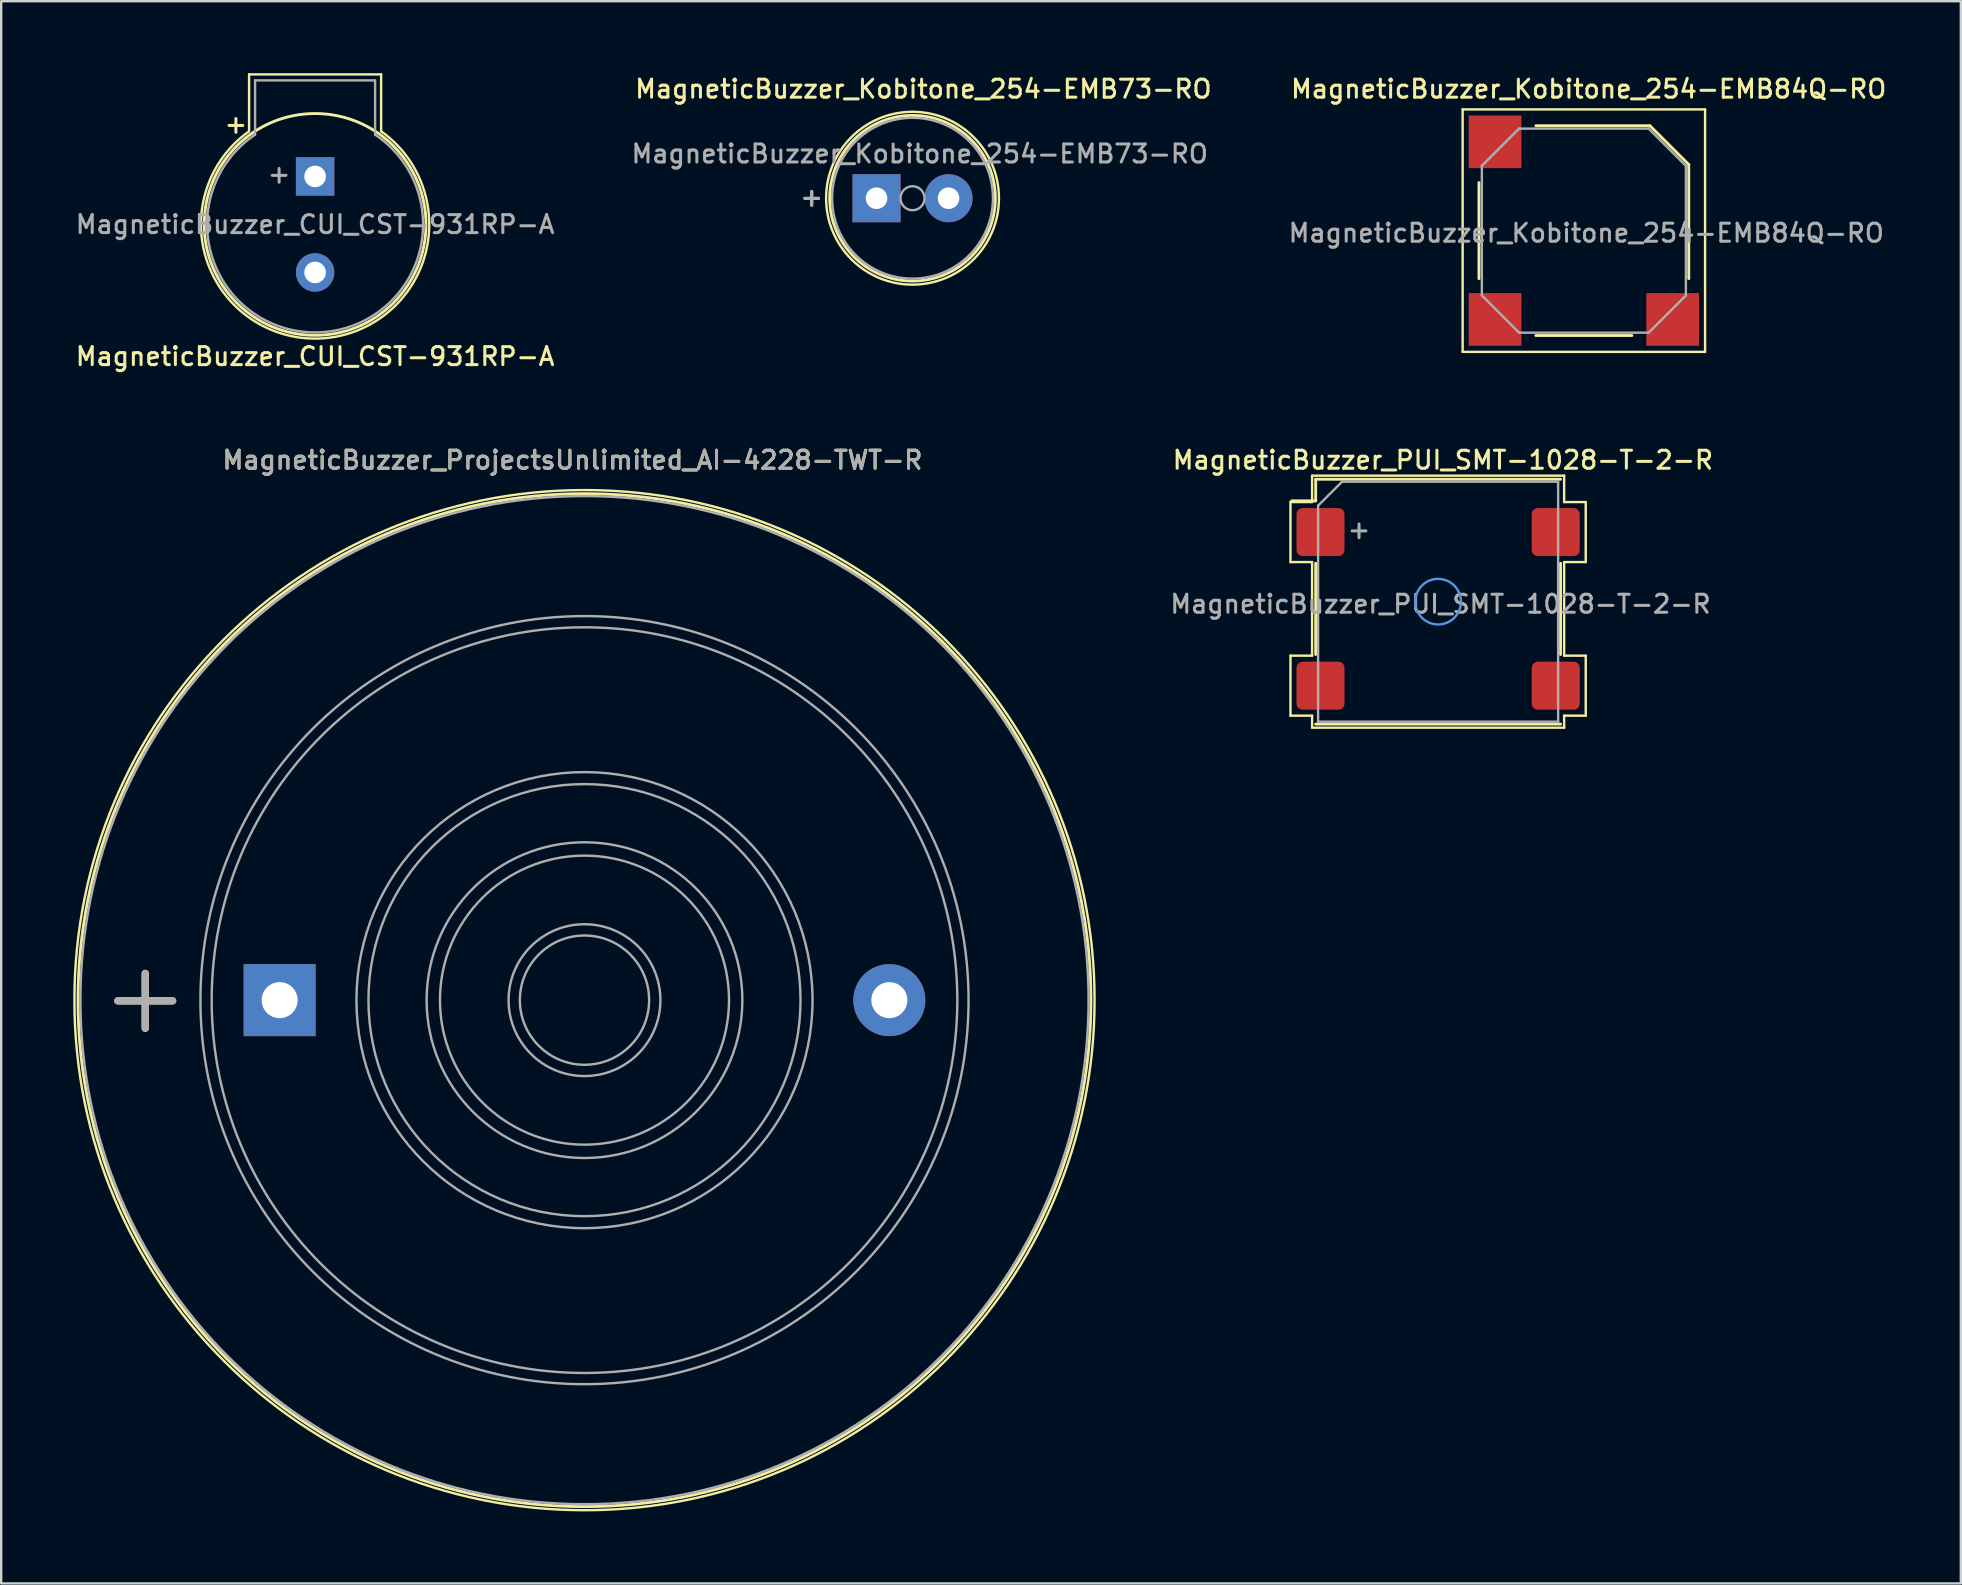
<source format=kicad_pcb>
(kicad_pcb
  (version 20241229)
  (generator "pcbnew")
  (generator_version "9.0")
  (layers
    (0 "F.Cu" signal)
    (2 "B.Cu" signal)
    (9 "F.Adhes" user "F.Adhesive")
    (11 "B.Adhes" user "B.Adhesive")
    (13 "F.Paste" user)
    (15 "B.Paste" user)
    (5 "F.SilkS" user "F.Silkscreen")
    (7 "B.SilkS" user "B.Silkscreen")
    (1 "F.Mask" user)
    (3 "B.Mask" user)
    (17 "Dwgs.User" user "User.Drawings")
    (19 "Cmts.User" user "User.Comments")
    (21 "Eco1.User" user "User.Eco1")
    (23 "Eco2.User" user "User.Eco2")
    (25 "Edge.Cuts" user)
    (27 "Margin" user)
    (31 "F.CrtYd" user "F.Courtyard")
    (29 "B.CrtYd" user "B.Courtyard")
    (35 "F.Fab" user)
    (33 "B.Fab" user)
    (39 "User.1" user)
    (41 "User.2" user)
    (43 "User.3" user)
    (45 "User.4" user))
  (footprint "MagneticBuzzer_ProjectsUnlimited_AI-4228-TWT-R"
    (layer "F.Cu")
    (at 8.6 38.616)
    (property "Reference" "MagneticBuzzer_ProjectsUnlimited_AI-4228-TWT-R" (at 12.2 -22.5 0) (layer "F.SilkS") (effects (font (size 0.75 0.75) (thickness 0.125))))
    (attr through_hole)
    (fp_circle (center 12.7 0) (end 33.8 0) (stroke (width 0.12) (type solid)) (fill no) (layer "F.SilkS"))
    (fp_circle (center 12.7 0) (end 33.95 0) (stroke (width 0.1) (type solid)) (fill no) (layer "F.SilkS"))
    (fp_circle (center 12.7 0) (end 15.2 1) (stroke (width 0.1) (type solid)) (fill no) (layer "F.Fab"))
    (fp_circle (center 12.7 0) (end 15.7 1) (stroke (width 0.1) (type solid)) (fill no) (layer "F.Fab"))
    (fp_circle (center 12.7 0) (end 18.7 0.5) (stroke (width 0.1) (type solid)) (fill no) (layer "F.Fab"))
    (fp_circle (center 12.7 0) (end 19.2 1) (stroke (width 0.1) (type solid)) (fill no) (layer "F.Fab"))
    (fp_circle (center 12.7 0) (end 21.7 0) (stroke (width 0.1) (type solid)) (fill no) (layer "F.Fab"))
    (fp_circle (center 12.7 0) (end 22.2 0) (stroke (width 0.1) (type solid)) (fill no) (layer "F.Fab"))
    (fp_circle (center 12.7 0) (end 28.2 1) (stroke (width 0.1) (type solid)) (fill no) (layer "F.Fab"))
    (fp_circle (center 12.7 0) (end 28.7 0) (stroke (width 0.1) (type solid)) (fill no) (layer "F.Fab"))
    (fp_circle (center 12.7 0) (end 33.7 0) (stroke (width 0.1) (type solid)) (fill no) (layer "F.Fab"))
    (fp_text user "+" (at -5.6 -0.2 0) (layer "F.SilkS") (effects (font (size 3 3) (thickness 0.3))))
    (fp_text user "+" (at -5.6 -0.2 0) (layer "F.Fab") (effects (font (size 3 3) (thickness 0.3))))
    (fp_text user "${REFERENCE}" (at 12.2 -22.5 0) (layer "F.Fab") (effects (font (size 0.75 0.75) (thickness 0.125))))
    (pad "1" thru_hole rect (at 0 0) (size 3 3) (drill 1.5) (layers "*.Cu" "*.Mask"))
    (pad "2" thru_hole circle (at 25.4 0) (size 3 3) (drill 1.5) (layers "*.Cu" "*.Mask")))
  (footprint "MagneticBuzzer_PUI_SMT-1028-T-2-R"
    (layer "F.Cu")
    (at 56.862 22.016)
    (property "Reference" "MagneticBuzzer_PUI_SMT-1028-T-2-R" (at 0.2 -5.9 0) (layer "F.SilkS") (effects (font (size 0.75 0.75) (thickness 0.125))))
    (attr smd)
    (fp_line (start -6.15 -4.15) (end -6.15 -1.65) (stroke (width 0.1) (type solid)) (layer "F.SilkS"))
    (fp_line (start -6.15 -4.15) (end -5.25 -4.15) (stroke (width 0.1) (type default)) (layer "F.SilkS"))
    (fp_line (start -6.15 -1.65) (end -5.25 -1.65) (stroke (width 0.1) (type default)) (layer "F.SilkS"))
    (fp_line (start -6.15 2.25) (end -5.25 2.25) (stroke (width 0.1) (type default)) (layer "F.SilkS"))
    (fp_line (start -6.15 4.75) (end -6.15 2.25) (stroke (width 0.1) (type solid)) (layer "F.SilkS"))
    (fp_line (start -6.15 4.75) (end -5.25 4.75) (stroke (width 0.1) (type default)) (layer "F.SilkS"))
    (fp_line (start -5.25 -5.25) (end 5.25 -5.25) (stroke (width 0.1) (type solid)) (layer "F.SilkS"))
    (fp_line (start -5.25 -4.15) (end -5.25 -5.25) (stroke (width 0.1) (type default)) (layer "F.SilkS"))
    (fp_line (start -5.25 -1.65) (end -5.25 2.25) (stroke (width 0.1) (type default)) (layer "F.SilkS"))
    (fp_line (start -5.25 4.75) (end -5.25 5.25) (stroke (width 0.1) (type default)) (layer "F.SilkS"))
    (fp_line (start -5.1 -5.1) (end -5.1 -4.2) (stroke (width 0.12) (type default)) (layer "F.SilkS"))
    (fp_line (start -5.1 -4.2) (end -6.1 -4.2) (stroke (width 0.12) (type default)) (layer "F.SilkS"))
    (fp_line (start -5.1 -1.6) (end -5.1 2.2) (stroke (width 0.12) (type solid)) (layer "F.SilkS"))
    (fp_line (start -5.1 5.1) (end 5.1 5.1) (stroke (width 0.12) (type solid)) (layer "F.SilkS"))
    (fp_line (start 5.1 -5.1) (end -5.1 -5.1) (stroke (width 0.12) (type solid)) (layer "F.SilkS"))
    (fp_line (start 5.1 2.2) (end 5.1 -1.6) (stroke (width 0.12) (type solid)) (layer "F.SilkS"))
    (fp_line (start 5.25 -4.15) (end 5.25 -5.25) (stroke (width 0.1) (type default)) (layer "F.SilkS"))
    (fp_line (start 5.25 2.25) (end 5.25 -1.65) (stroke (width 0.1) (type default)) (layer "F.SilkS"))
    (fp_line (start 5.25 4.75) (end 5.25 5.25) (stroke (width 0.1) (type default)) (layer "F.SilkS"))
    (fp_line (start 5.25 5.25) (end -5.25 5.25) (stroke (width 0.1) (type solid)) (layer "F.SilkS"))
    (fp_line (start 6.15 -4.15) (end 5.25 -4.15) (stroke (width 0.1) (type default)) (layer "F.SilkS"))
    (fp_line (start 6.15 -4.15) (end 6.15 -1.65) (stroke (width 0.1) (type solid)) (layer "F.SilkS"))
    (fp_line (start 6.15 -1.65) (end 5.25 -1.65) (stroke (width 0.1) (type default)) (layer "F.SilkS"))
    (fp_line (start 6.15 2.25) (end 5.25 2.25) (stroke (width 0.1) (type default)) (layer "F.SilkS"))
    (fp_line (start 6.15 4.75) (end 5.25 4.75) (stroke (width 0.1) (type default)) (layer "F.SilkS"))
    (fp_line (start 6.15 4.75) (end 6.15 2.25) (stroke (width 0.1) (type solid)) (layer "F.SilkS"))
    (fp_circle (center 0 0) (end 0.95 0) (stroke (width 0.1) (type default)) (fill no) (layer "Cmts.User"))
    (fp_line (start -5 5) (end -5 -4) (stroke (width 0.1) (type solid)) (layer "F.Fab"))
    (fp_line (start -4 -5) (end -5 -4) (stroke (width 0.1) (type default)) (layer "F.Fab"))
    (fp_line (start -4 -5) (end 5 -5) (stroke (width 0.1) (type solid)) (layer "F.Fab"))
    (fp_line (start 5 -5) (end 5 5) (stroke (width 0.1) (type solid)) (layer "F.Fab"))
    (fp_line (start 5 5) (end -5 5) (stroke (width 0.1) (type solid)) (layer "F.Fab"))
    (fp_text user "+" (at -3.35 -2.95 270) (layer "F.Fab") (effects (font (size 0.75 0.75) (thickness 0.125))))
    (fp_text user "${REFERENCE}" (at 0.1 0.1 0) (layer "F.Fab") (effects (font (size 0.75 0.75) (thickness 0.125))))
    (pad "1" smd roundrect (at -4.9 -2.9 270) (size 2 2) (layers "F.Cu" "F.Mask" "F.Paste") (roundrect_rratio 0.125))
    (pad "2" smd roundrect (at 4.9 -2.9 270) (size 2 2) (layers "F.Cu" "F.Mask" "F.Paste") (roundrect_rratio 0.125))
    (pad "MP" smd roundrect (at -4.9 3.5 270) (size 2 2) (layers "F.Cu" "F.Mask" "F.Paste") (roundrect_rratio 0.125))
    (pad "MP" smd roundrect (at 4.9 3.5 270) (size 2 2) (layers "F.Cu" "F.Mask" "F.Paste") (roundrect_rratio 0.125)))
  (footprint "MagneticBuzzer_Kobitone_254-EMB84Q-RO"
    (layer "F.Cu")
    (at 62.934 6.558)
    (property "Reference" "MagneticBuzzer_Kobitone_254-EMB84Q-RO" (at 0.2 -5.9 0) (layer "F.SilkS") (effects (font (size 0.75 0.75) (thickness 0.125))))
    (attr smd)
    (fp_line (start -5.05 -5.05) (end 5.05 -5.05) (stroke (width 0.1) (type solid)) (layer "F.SilkS"))
    (fp_line (start -5.05 5.05) (end -5.05 -5.05) (stroke (width 0.1) (type solid)) (layer "F.SilkS"))
    (fp_line (start -4.37 -2) (end -4.37 2) (stroke (width 0.12) (type solid)) (layer "F.SilkS"))
    (fp_line (start -2 4.37) (end 2 4.37) (stroke (width 0.12) (type solid)) (layer "F.SilkS"))
    (fp_line (start 2.75 -4.37) (end -2 -4.37) (stroke (width 0.12) (type solid)) (layer "F.SilkS"))
    (fp_line (start 2.75 -4.37) (end 4.37 -2.75) (stroke (width 0.12) (type solid)) (layer "F.SilkS"))
    (fp_line (start 4.37 2) (end 4.37 -2.75) (stroke (width 0.12) (type solid)) (layer "F.SilkS"))
    (fp_line (start 5.05 -5.05) (end 5.05 5.05) (stroke (width 0.1) (type solid)) (layer "F.SilkS"))
    (fp_line (start 5.05 5.05) (end -5.05 5.05) (stroke (width 0.1) (type solid)) (layer "F.SilkS"))
    (fp_line (start -4.25 -2.7) (end -2.7 -4.25) (stroke (width 0.1) (type solid)) (layer "F.Fab"))
    (fp_line (start -4.25 2.7) (end -4.25 -2.7) (stroke (width 0.1) (type solid)) (layer "F.Fab"))
    (fp_line (start -2.7 -4.25) (end 2.7 -4.25) (stroke (width 0.1) (type solid)) (layer "F.Fab"))
    (fp_line (start -2.7 4.25) (end -4.25 2.7) (stroke (width 0.1) (type solid)) (layer "F.Fab"))
    (fp_line (start 2.7 -4.25) (end 4.25 -2.7) (stroke (width 0.1) (type solid)) (layer "F.Fab"))
    (fp_line (start 2.7 4.25) (end -2.7 4.25) (stroke (width 0.1) (type solid)) (layer "F.Fab"))
    (fp_line (start 4.25 -2.7) (end 4.25 2.7) (stroke (width 0.1) (type solid)) (layer "F.Fab"))
    (fp_line (start 4.25 2.7) (end 2.7 4.25) (stroke (width 0.1) (type solid)) (layer "F.Fab"))
    (fp_text user "${REFERENCE}" (at 0.1 0.1 0) (layer "F.Fab") (effects (font (size 0.75 0.75) (thickness 0.125))))
    (pad "1" smd rect (at -3.7 -3.7 270) (size 2.195 2.195) (layers "F.Cu" "F.Mask" "F.Paste"))
    (pad "2" smd rect (at -3.7 3.7 270) (size 2.195 2.195) (layers "F.Cu" "F.Mask" "F.Paste"))
    (pad "3" smd rect (at 3.7 3.7 270) (size 2.195 2.195) (layers "F.Cu" "F.Mask" "F.Paste")))
  (footprint "MagneticBuzzer_Kobitone_254-EMB73-RO"
    (layer "F.Cu")
    (at 33.466 5.208)
    (property "Reference" "MagneticBuzzer_Kobitone_254-EMB73-RO" (at 1.95 -4.55 0) (layer "F.SilkS") (effects (font (size 0.75 0.75) (thickness 0.125))))
    (attr through_hole)
    (fp_circle (center 1.5 0) (end 4.95 0) (stroke (width 0.12) (type solid)) (fill no) (layer "F.SilkS"))
    (fp_circle (center 1.5 0) (end 5.1 0) (stroke (width 0.1) (type solid)) (fill no) (layer "F.SilkS"))
    (fp_circle (center 1.5 0) (end 2 0) (stroke (width 0.1) (type solid)) (fill no) (layer "F.Fab"))
    (fp_circle (center 1.5 0) (end 4.85 0) (stroke (width 0.1) (type solid)) (fill no) (layer "F.Fab"))
    (fp_text user "+" (at -2.7 -0.05 0) (layer "F.SilkS") (effects (font (size 0.75 0.75) (thickness 0.125))))
    (fp_text user "+" (at -2.7 -0.05 0) (layer "F.Fab") (effects (font (size 0.75 0.75) (thickness 0.125))))
    (fp_text user "${REFERENCE}" (at 1.8 -1.85 0) (layer "F.Fab") (effects (font (size 0.75 0.75) (thickness 0.125))))
    (pad "1" thru_hole rect (at 0 0) (size 2 2) (drill 0.9) (layers "*.Cu" "*.Mask"))
    (pad "2" thru_hole circle (at 3 0) (size 2 2) (drill 0.9) (layers "*.Cu" "*.Mask")))
  (footprint "MagneticBuzzer_CUI_CST-931RP-A"
    (layer "F.Cu")
    (at 10.077 4.3)
    (property "Reference" "MagneticBuzzer_CUI_CST-931RP-A" (at 0 7.5 0) (layer "F.SilkS") (effects (font (size 0.75 0.75) (thickness 0.125))))
    (attr through_hole)
    (fp_line (start -2.75 -4.25) (end 2.75 -4.25) (stroke (width 0.1) (type solid)) (layer "F.SilkS"))
    (fp_line (start -2.75 -1.88) (end -2.75 -4.25) (stroke (width 0.1) (type solid)) (layer "F.SilkS"))
    (fp_line (start 2.75 -4.25) (end 2.75 -1.88) (stroke (width 0.1) (type solid)) (layer "F.SilkS"))
    (fp_arc (start 2.75 -1.88) (mid 0.006009 6.755719) (end -2.759797 -1.873038) (stroke (width 0.1) (type solid)) (layer "F.SilkS"))
    (fp_circle (center 0 2) (end 4.62 2) (stroke (width 0.12) (type solid)) (fill no) (layer "F.SilkS"))
    (fp_line (start -2.5 -4) (end -2.5 -1.74) (stroke (width 0.1) (type solid)) (layer "F.Fab"))
    (fp_line (start -2.5 -4) (end 2.5 -4) (stroke (width 0.1) (type solid)) (layer "F.Fab"))
    (fp_line (start 2.5 -4) (end 2.5 -1.74) (stroke (width 0.1) (type solid)) (layer "F.Fab"))
    (fp_arc (start 2.5 -1.74) (mid 0.003084 6.498621) (end -2.505126 -1.736568) (stroke (width 0.1) (type solid)) (layer "F.Fab"))
    (fp_text user "+" (at -3.3 -2.18 0) (layer "F.SilkS") (effects (font (size 0.75 0.75) (thickness 0.125))))
    (fp_text user "${REFERENCE}" (at 0 2 0) (layer "F.Fab") (effects (font (size 0.75 0.75) (thickness 0.125))))
    (fp_text user "+" (at -1.5 -0.1 0) (layer "F.Fab") (effects (font (size 0.75 0.75) (thickness 0.125))))
    (pad "1" thru_hole rect (at 0 0) (size 1.6 1.6) (drill 0.9) (layers "*.Cu" "*.Mask"))
    (pad "2" thru_hole circle (at 0 4) (size 1.6 1.6) (drill 0.9) (layers "*.Cu" "*.Mask")))
  (gr_rect
    (start -3 -3)
    (end 78.639 62.916)
    (stroke (width 0.1) (type default))
    (fill no)
    (layer "Edge.Cuts")))
</source>
